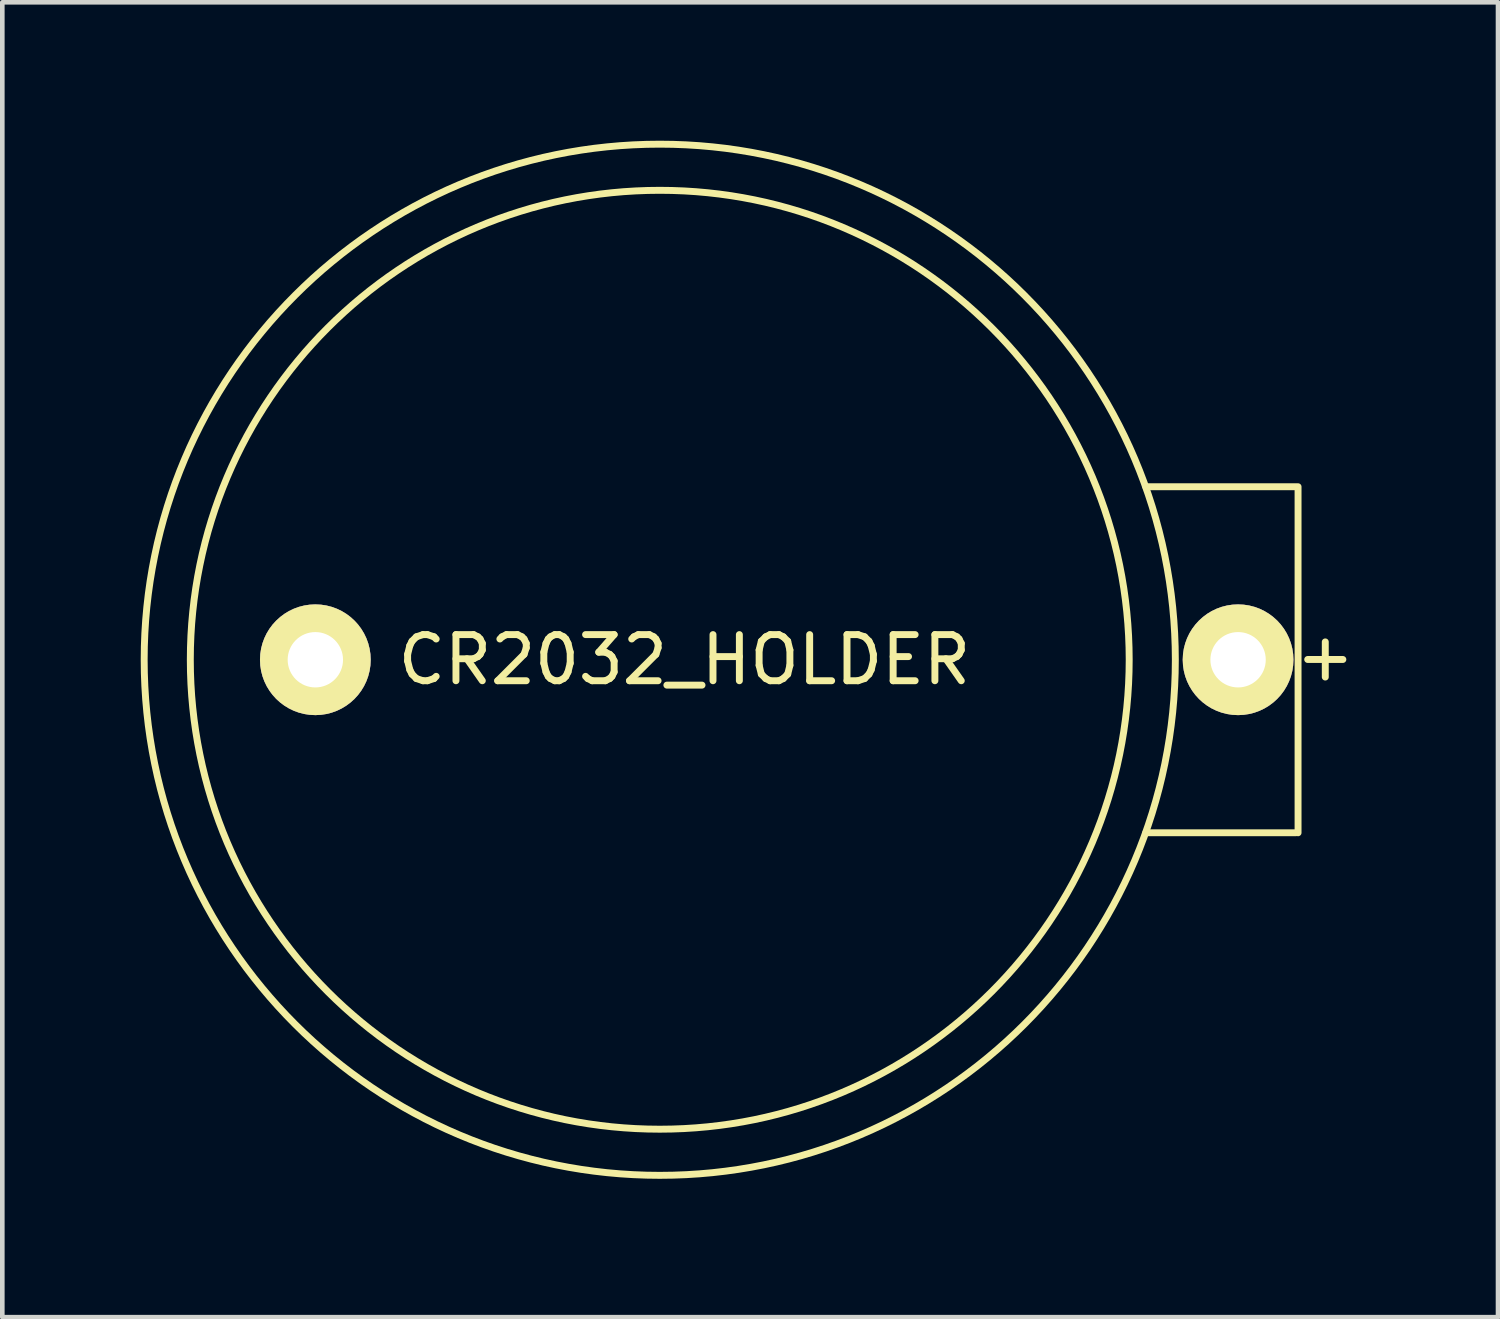
<source format=kicad_pcb>
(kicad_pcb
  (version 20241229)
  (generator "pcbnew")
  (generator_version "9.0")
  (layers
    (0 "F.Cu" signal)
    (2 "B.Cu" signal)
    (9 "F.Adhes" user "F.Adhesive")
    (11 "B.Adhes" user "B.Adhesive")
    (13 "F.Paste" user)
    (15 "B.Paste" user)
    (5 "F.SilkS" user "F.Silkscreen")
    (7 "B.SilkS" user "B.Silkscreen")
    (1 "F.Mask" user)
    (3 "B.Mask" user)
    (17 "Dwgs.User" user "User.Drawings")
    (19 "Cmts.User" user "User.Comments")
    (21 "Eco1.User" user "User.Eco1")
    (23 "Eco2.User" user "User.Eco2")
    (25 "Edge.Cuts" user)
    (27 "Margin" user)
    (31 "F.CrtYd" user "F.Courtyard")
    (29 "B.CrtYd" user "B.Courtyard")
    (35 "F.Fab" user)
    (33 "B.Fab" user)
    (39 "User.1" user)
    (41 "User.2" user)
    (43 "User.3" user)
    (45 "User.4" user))
  (footprint "CR2032_HOLDER"
    (layer "F.Cu")
    (at 3.785 11.25)
    (property "Reference" "CR2032_HOLDER" (at 8 0 0) (layer "F.SilkS") (effects (font (size 1 1) (thickness 0.15))))
    (attr through_hole)
    (fp_line (start 21.25 -3.75) (end 18 -3.75) (stroke (width 0.15) (type solid)) (layer "F.SilkS"))
    (fp_line (start 21.25 3.75) (end 18 3.75) (stroke (width 0.15) (type solid)) (layer "F.SilkS"))
    (fp_line (start 21.3 -3.75) (end 21.3 3.75) (stroke (width 0.15) (type solid)) (layer "F.SilkS"))
    (fp_circle (center 7.465 0) (end 17.64 0) (stroke (width 0.15) (type solid)) (fill no) (layer "F.SilkS"))
    (fp_circle (center 7.465 0) (end 18.64 0) (stroke (width 0.15) (type solid)) (fill no) (layer "F.SilkS"))
    (fp_text user "+" (at 21.89 -0.08 0) (layer "F.SilkS") (effects (font (size 1 1) (thickness 0.15))))
    (pad "1" thru_hole circle (at 20 0) (size 2.4 2.4) (drill 1.2) (layers "*.Cu" "*.Mask" "F.SilkS"))
    (pad "2" thru_hole circle (at 0 0) (size 2.4 2.4) (drill 1.2) (layers "*.Cu" "*.Mask" "F.SilkS")))
  (gr_rect
    (start -3 -3)
    (end 29.419 25.5)
    (stroke (width 0.1) (type default))
    (fill no)
    (layer "Edge.Cuts")))
</source>
